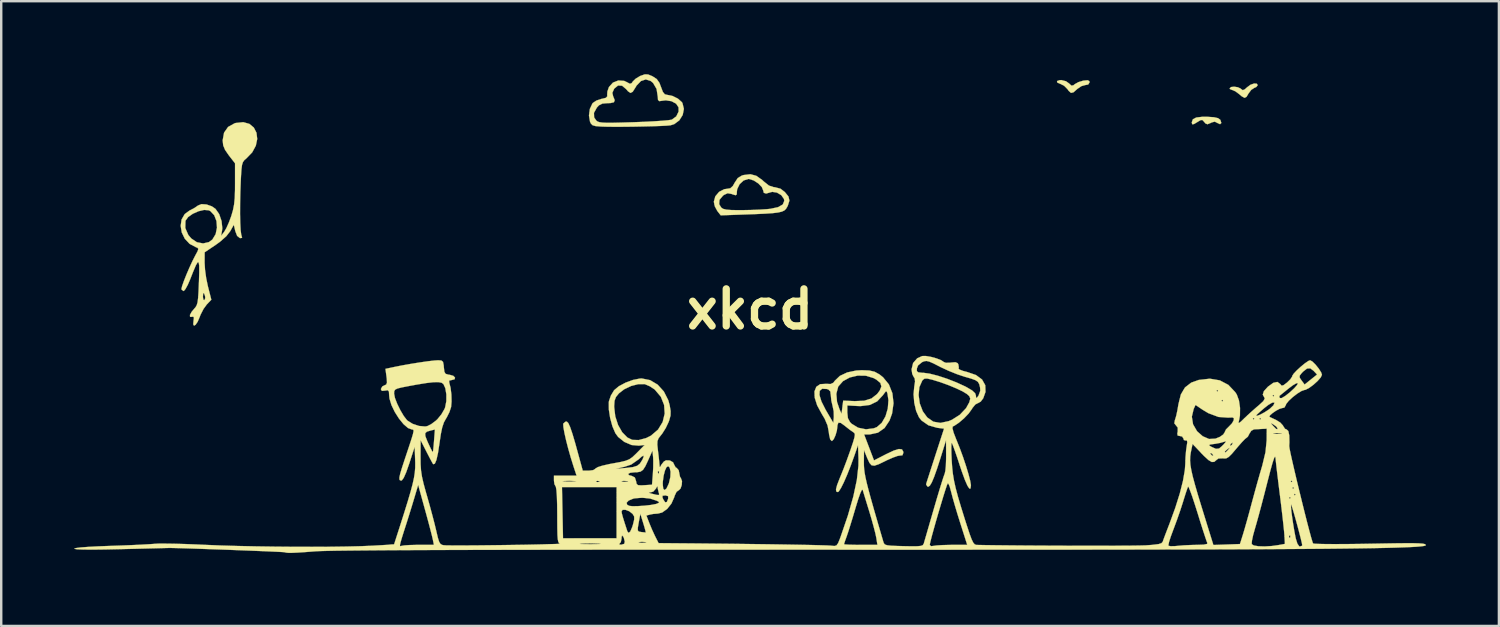
<source format=kicad_pcb>
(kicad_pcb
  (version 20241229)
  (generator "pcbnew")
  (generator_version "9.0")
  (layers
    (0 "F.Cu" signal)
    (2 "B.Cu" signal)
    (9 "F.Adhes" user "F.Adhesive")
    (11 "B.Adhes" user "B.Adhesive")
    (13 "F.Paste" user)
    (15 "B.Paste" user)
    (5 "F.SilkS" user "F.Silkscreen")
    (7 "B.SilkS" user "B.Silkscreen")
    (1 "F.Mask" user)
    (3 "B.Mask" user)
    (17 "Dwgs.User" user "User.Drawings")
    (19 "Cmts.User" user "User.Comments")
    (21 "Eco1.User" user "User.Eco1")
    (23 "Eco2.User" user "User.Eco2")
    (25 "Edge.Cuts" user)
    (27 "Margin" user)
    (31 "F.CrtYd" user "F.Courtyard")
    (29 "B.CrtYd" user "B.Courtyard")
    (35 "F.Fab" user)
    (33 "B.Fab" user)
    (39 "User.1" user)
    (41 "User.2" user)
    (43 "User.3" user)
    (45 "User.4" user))
  (footprint "xkcd"
    (layer "F.Cu")
    (at 27.776 9.656)
    (property "Reference" "xkcd" (at 0 0 0) (layer "F.SilkS") (effects (font (size 1.524 1.524) (thickness 0.3))))
    (attr through_hole)
    (fp_poly (pts (xy 18.793 -7.906) (xy 19.066 -7.888) (xy 19.232 -7.85) (xy 19.32 -7.787) (xy 19.328 -7.776) (xy 19.368 -7.652) (xy 19.315 -7.602) (xy 19.202 -7.654) (xy 19.097 -7.707) (xy 18.971 -7.674) (xy 18.928 -7.652) (xy 18.797 -7.599) (xy 18.713 -7.634) (xy 18.668 -7.689) (xy 18.594 -7.771) (xy 18.516 -7.77) (xy 18.4 -7.701) (xy 18.247 -7.609) (xy 18.173 -7.597) (xy 18.153 -7.664) (xy 18.153 -7.679) (xy 18.196 -7.802) (xy 18.335 -7.876) (xy 18.584 -7.906) (xy 18.793 -7.906)) (stroke (width 0.01) (type solid)) (fill yes) (layer "F.SilkS"))
    (fp_poly (pts (xy 20.827 -9.266) (xy 20.862 -9.205) (xy 20.805 -9.131) (xy 20.724 -9.095) (xy 20.596 -9.012) (xy 20.485 -8.864) (xy 20.401 -8.724) (xy 20.322 -8.685) (xy 20.21 -8.745) (xy 20.096 -8.841) (xy 19.946 -8.952) (xy 19.823 -9.007) (xy 19.808 -9.009) (xy 19.721 -9.046) (xy 19.71 -9.076) (xy 19.766 -9.129) (xy 19.896 -9.143) (xy 20.047 -9.12) (xy 20.164 -9.064) (xy 20.179 -9.049) (xy 20.249 -8.999) (xy 20.335 -9.037) (xy 20.422 -9.116) (xy 20.567 -9.223) (xy 20.716 -9.275) (xy 20.827 -9.266)) (stroke (width 0.01) (type solid)) (fill yes) (layer "F.SilkS"))
    (fp_poly (pts (xy 12.982 -9.367) (xy 13.107 -9.279) (xy 13.206 -9.188) (xy 13.285 -9.199) (xy 13.346 -9.248) (xy 13.491 -9.33) (xy 13.689 -9.39) (xy 13.708 -9.393) (xy 13.873 -9.408) (xy 13.943 -9.374) (xy 13.953 -9.322) (xy 13.896 -9.232) (xy 13.781 -9.212) (xy 13.615 -9.165) (xy 13.448 -9.051) (xy 13.439 -9.042) (xy 13.291 -8.912) (xy 13.189 -8.888) (xy 13.095 -8.97) (xy 13.046 -9.041) (xy 12.907 -9.181) (xy 12.767 -9.252) (xy 12.626 -9.313) (xy 12.614 -9.374) (xy 12.728 -9.412) (xy 12.791 -9.415) (xy 12.982 -9.367)) (stroke (width 0.01) (type solid)) (fill yes) (layer "F.SilkS"))
    (fp_poly (pts (xy 0.256 -5.481) (xy 0.5 -5.308) (xy 0.56 -5.251) (xy 0.777 -5.079) (xy 0.976 -5.014) (xy 1.018 -5.012) (xy 1.252 -4.95) (xy 1.428 -4.814) (xy 1.578 -4.63) (xy 1.617 -4.462) (xy 1.553 -4.258) (xy 1.525 -4.202) (xy 1.475 -4.12) (xy 1.408 -4.056) (xy 1.306 -4.009) (xy 1.153 -3.973) (xy 0.929 -3.946) (xy 0.617 -3.925) (xy 0.199 -3.906) (xy -0.146 -3.894) (xy -1.206 -3.856) (xy -1.348 -4.037) (xy -1.449 -4.224) (xy -1.469 -4.315) (xy -1.271 -4.315) (xy -1.18 -4.17) (xy -1.104 -4.122) (xy -0.974 -4.091) (xy -0.767 -4.074) (xy -0.457 -4.069) (xy -0.317 -4.07) (xy 0.039 -4.077) (xy 0.391 -4.091) (xy 0.689 -4.11) (xy 0.831 -4.124) (xy 1.151 -4.192) (xy 1.342 -4.301) (xy 1.405 -4.45) (xy 1.391 -4.531) (xy 1.283 -4.685) (xy 1.105 -4.791) (xy 0.914 -4.821) (xy 0.847 -4.805) (xy 0.659 -4.751) (xy 0.563 -4.783) (xy 0.542 -4.871) (xy 0.484 -5.016) (xy 0.34 -5.166) (xy 0.152 -5.289) (xy -0.037 -5.349) (xy -0.068 -5.351) (xy -0.263 -5.29) (xy -0.429 -5.137) (xy -0.529 -4.934) (xy -0.542 -4.834) (xy -0.548 -4.715) (xy -0.593 -4.682) (xy -0.715 -4.717) (xy -0.77 -4.738) (xy -0.924 -4.764) (xy -1.073 -4.695) (xy -1.113 -4.665) (xy -1.257 -4.493) (xy -1.271 -4.315) (xy -1.469 -4.315) (xy -1.49 -4.415) (xy -1.429 -4.637) (xy -1.273 -4.822) (xy -1.061 -4.931) (xy -0.957 -4.945) (xy -0.812 -4.969) (xy -0.708 -5.064) (xy -0.632 -5.199) (xy -0.506 -5.39) (xy -0.338 -5.491) (xy -0.263 -5.513) (xy 0.015 -5.546) (xy 0.256 -5.481)) (stroke (width 0.01) (type solid)) (fill yes) (layer "F.SilkS"))
    (fp_poly (pts (xy -4.191 -9.646) (xy -4.018 -9.575) (xy -4.009 -9.57) (xy -3.836 -9.458) (xy -3.725 -9.301) (xy -3.659 -9.127) (xy -3.583 -8.928) (xy -3.504 -8.831) (xy -3.4 -8.806) (xy -3.184 -8.761) (xy -2.965 -8.652) (xy -2.804 -8.509) (xy -2.779 -8.47) (xy -2.72 -8.23) (xy -2.769 -7.981) (xy -2.907 -7.761) (xy -3.116 -7.605) (xy -3.272 -7.556) (xy -3.425 -7.542) (xy -3.685 -7.529) (xy -4.024 -7.517) (xy -4.414 -7.508) (xy -4.826 -7.5) (xy -5.233 -7.496) (xy -5.607 -7.495) (xy -5.918 -7.499) (xy -6.116 -7.505) (xy -6.342 -7.523) (xy -6.471 -7.558) (xy -6.542 -7.628) (xy -6.579 -7.708) (xy -6.621 -7.96) (xy -6.606 -8.069) (xy -6.416 -8.069) (xy -6.409 -7.88) (xy -6.32 -7.752) (xy -6.27 -7.714) (xy -6.197 -7.686) (xy -6.082 -7.669) (xy -5.906 -7.66) (xy -5.652 -7.66) (xy -5.3 -7.668) (xy -4.833 -7.682) (xy -4.789 -7.683) (xy -4.356 -7.7) (xy -3.96 -7.72) (xy -3.626 -7.742) (xy -3.375 -7.764) (xy -3.231 -7.785) (xy -3.215 -7.79) (xy -3.034 -7.922) (xy -2.937 -8.121) (xy -2.94 -8.295) (xy -3.04 -8.445) (xy -3.229 -8.547) (xy -3.461 -8.583) (xy -3.585 -8.569) (xy -3.729 -8.549) (xy -3.784 -8.597) (xy -3.793 -8.728) (xy -3.843 -9.052) (xy -3.987 -9.297) (xy -4.087 -9.38) (xy -4.286 -9.442) (xy -4.484 -9.376) (xy -4.663 -9.191) (xy -4.716 -9.102) (xy -4.824 -8.933) (xy -4.916 -8.886) (xy -5.021 -8.958) (xy -5.092 -9.042) (xy -5.259 -9.183) (xy -5.425 -9.192) (xy -5.575 -9.071) (xy -5.591 -9.047) (xy -5.66 -8.89) (xy -5.628 -8.749) (xy -5.627 -8.747) (xy -5.563 -8.59) (xy -5.595 -8.504) (xy -5.738 -8.47) (xy -5.854 -8.467) (xy -6.069 -8.449) (xy -6.209 -8.379) (xy -6.294 -8.288) (xy -6.416 -8.069) (xy -6.606 -8.069) (xy -6.585 -8.229) (xy -6.481 -8.451) (xy -6.46 -8.476) (xy -6.316 -8.573) (xy -6.117 -8.64) (xy -6.093 -8.644) (xy -5.927 -8.685) (xy -5.868 -8.749) (xy -5.873 -8.805) (xy -5.865 -8.945) (xy -5.803 -9.122) (xy -5.797 -9.133) (xy -5.636 -9.311) (xy -5.413 -9.399) (xy -5.174 -9.382) (xy -5.058 -9.327) (xy -4.938 -9.263) (xy -4.866 -9.29) (xy -4.818 -9.359) (xy -4.7 -9.474) (xy -4.522 -9.581) (xy -4.495 -9.592) (xy -4.325 -9.651) (xy -4.191 -9.646)) (stroke (width 0.01) (type solid)) (fill yes) (layer "F.SilkS"))
    (fp_poly (pts (xy -20.577 -7.615) (xy -20.394 -7.463) (xy -20.285 -7.249) (xy -20.255 -6.994) (xy -20.312 -6.719) (xy -20.461 -6.444) (xy -20.702 -6.195) (xy -20.787 -6.121) (xy -20.843 -6.041) (xy -20.88 -5.925) (xy -20.903 -5.744) (xy -20.921 -5.47) (xy -20.929 -5.308) (xy -20.948 -4.819) (xy -20.958 -4.348) (xy -20.96 -3.915) (xy -20.952 -3.544) (xy -20.937 -3.254) (xy -20.913 -3.068) (xy -20.9 -3.024) (xy -20.877 -2.931) (xy -20.953 -2.92) (xy -20.968 -2.923) (xy -21.081 -3.012) (xy -21.156 -3.208) (xy -21.217 -3.468) (xy -21.363 -3.207) (xy -21.527 -2.997) (xy -21.788 -2.767) (xy -21.962 -2.642) (xy -22.415 -2.337) (xy -22.417 -1.908) (xy -22.4 -1.624) (xy -22.353 -1.282) (xy -22.285 -0.953) (xy -22.28 -0.933) (xy -22.141 -0.388) (xy -22.326 -0.195) (xy -22.462 -0.009) (xy -22.584 0.229) (xy -22.617 0.316) (xy -22.701 0.514) (xy -22.785 0.639) (xy -22.852 0.679) (xy -22.885 0.623) (xy -22.873 0.486) (xy -22.856 0.345) (xy -22.892 0.305) (xy -22.93 0.315) (xy -23.015 0.316) (xy -23.02 0.238) (xy -22.95 0.109) (xy -22.857 -0.003) (xy -22.789 -0.082) (xy -22.74 -0.168) (xy -22.706 -0.287) (xy -22.684 -0.463) (xy -22.681 -0.504) (xy -22.487 -0.504) (xy -22.487 -0.504) (xy -22.468 -0.389) (xy -22.426 -0.369) (xy -22.391 -0.456) (xy -22.4 -0.542) (xy -22.444 -0.661) (xy -22.476 -0.648) (xy -22.487 -0.504) (xy -22.681 -0.504) (xy -22.667 -0.722) (xy -22.652 -1.09) (xy -22.65 -1.124) (xy -22.638 -1.523) (xy -22.64 -1.788) (xy -22.66 -1.921) (xy -22.705 -1.924) (xy -22.778 -1.798) (xy -22.886 -1.545) (xy -23.007 -1.236) (xy -23.107 -1.004) (xy -23.201 -0.831) (xy -23.271 -0.748) (xy -23.282 -0.745) (xy -23.36 -0.799) (xy -23.368 -0.837) (xy -23.341 -0.953) (xy -23.269 -1.158) (xy -23.166 -1.417) (xy -23.046 -1.697) (xy -22.923 -1.965) (xy -22.811 -2.186) (xy -22.797 -2.212) (xy -22.704 -2.385) (xy -22.676 -2.477) (xy -22.708 -2.521) (xy -22.765 -2.542) (xy -23.032 -2.683) (xy -23.231 -2.895) (xy -23.356 -3.152) (xy -23.386 -3.333) (xy -23.211 -3.333) (xy -23.087 -3.05) (xy -22.963 -2.904) (xy -22.734 -2.751) (xy -22.48 -2.702) (xy -22.239 -2.757) (xy -22.098 -2.862) (xy -21.963 -3.085) (xy -21.909 -3.352) (xy -21.93 -3.623) (xy -22.022 -3.861) (xy -22.179 -4.029) (xy -22.248 -4.063) (xy -22.436 -4.079) (xy -22.67 -4.024) (xy -22.905 -3.919) (xy -23.096 -3.784) (xy -23.2 -3.639) (xy -23.204 -3.629) (xy -23.211 -3.333) (xy -23.386 -3.333) (xy -23.401 -3.425) (xy -23.363 -3.687) (xy -23.235 -3.908) (xy -23.04 -4.051) (xy -22.854 -4.148) (xy -22.713 -4.242) (xy -22.696 -4.257) (xy -22.545 -4.317) (xy -22.337 -4.303) (xy -22.119 -4.226) (xy -21.969 -4.122) (xy -21.818 -3.907) (xy -21.72 -3.621) (xy -21.69 -3.327) (xy -21.702 -3.222) (xy -21.741 -3.014) (xy -21.61 -3.183) (xy -21.523 -3.333) (xy -21.42 -3.563) (xy -21.323 -3.824) (xy -21.322 -3.827) (xy -21.252 -4.067) (xy -21.206 -4.3) (xy -21.179 -4.565) (xy -21.168 -4.902) (xy -21.167 -5.148) (xy -21.167 -5.994) (xy -21.421 -6.321) (xy -21.576 -6.545) (xy -21.653 -6.731) (xy -21.675 -6.935) (xy -21.675 -6.939) (xy -21.618 -7.253) (xy -21.453 -7.489) (xy -21.186 -7.638) (xy -21.139 -7.652) (xy -20.828 -7.685) (xy -20.577 -7.615)) (stroke (width 0.01) (type solid)) (fill yes) (layer "F.SilkS"))
    (fp_poly (pts (xy 7.434 1.96) (xy 7.659 2.022) (xy 7.85 2.096) (xy 7.958 2.168) (xy 7.962 2.173) (xy 8.047 2.203) (xy 8.211 2.201) (xy 8.258 2.194) (xy 8.438 2.18) (xy 8.53 2.218) (xy 8.559 2.268) (xy 8.579 2.394) (xy 8.568 2.439) (xy 8.608 2.482) (xy 8.75 2.537) (xy 8.923 2.582) (xy 9.285 2.707) (xy 9.534 2.891) (xy 9.666 3.126) (xy 9.675 3.402) (xy 9.583 3.661) (xy 9.479 3.799) (xy 9.369 3.861) (xy 9.362 3.861) (xy 9.258 3.917) (xy 9.142 4.058) (xy 9.11 4.112) (xy 8.982 4.289) (xy 8.792 4.487) (xy 8.58 4.668) (xy 8.391 4.794) (xy 8.331 4.82) (xy 8.317 4.893) (xy 8.365 5.075) (xy 8.473 5.353) (xy 8.489 5.391) (xy 8.621 5.72) (xy 8.753 6.081) (xy 8.874 6.443) (xy 8.974 6.774) (xy 9.045 7.046) (xy 9.076 7.228) (xy 9.076 7.246) (xy 9.059 7.372) (xy 9.011 7.373) (xy 8.933 7.254) (xy 8.83 7.021) (xy 8.705 6.679) (xy 8.624 6.437) (xy 8.516 6.107) (xy 8.419 5.826) (xy 8.343 5.617) (xy 8.296 5.504) (xy 8.289 5.492) (xy 8.275 5.539) (xy 8.27 5.695) (xy 8.274 5.936) (xy 8.285 6.198) (xy 8.305 6.494) (xy 8.335 6.77) (xy 8.382 7.05) (xy 8.45 7.357) (xy 8.545 7.713) (xy 8.673 8.143) (xy 8.837 8.669) (xy 8.908 8.89) (xy 9.02 9.229) (xy 9.105 9.458) (xy 9.173 9.597) (xy 9.235 9.667) (xy 9.3 9.689) (xy 9.306 9.689) (xy 9.665 9.696) (xy 10.113 9.702) (xy 10.633 9.707) (xy 11.209 9.712) (xy 11.822 9.716) (xy 12.457 9.719) (xy 13.096 9.721) (xy 13.722 9.722) (xy 14.318 9.722) (xy 14.866 9.721) (xy 15.351 9.72) (xy 15.754 9.717) (xy 16.058 9.712) (xy 16.248 9.707) (xy 16.267 9.706) (xy 16.421 9.695) (xy 17.192 9.695) (xy 17.195 9.723) (xy 17.282 9.741) (xy 17.456 9.738) (xy 17.577 9.727) (xy 17.833 9.705) (xy 18.146 9.691) (xy 18.377 9.686) (xy 18.643 9.677) (xy 18.778 9.649) (xy 18.793 9.613) (xy 18.759 9.527) (xy 18.694 9.334) (xy 18.603 9.056) (xy 18.495 8.715) (xy 18.393 8.384) (xy 18.277 8.018) (xy 18.174 7.706) (xy 18.088 7.468) (xy 18.028 7.323) (xy 18.001 7.288) (xy 17.967 7.377) (xy 17.904 7.562) (xy 17.826 7.81) (xy 17.791 7.925) (xy 17.678 8.275) (xy 17.539 8.673) (xy 17.403 9.04) (xy 17.384 9.09) (xy 17.288 9.35) (xy 17.22 9.562) (xy 17.192 9.695) (xy 16.421 9.695) (xy 16.585 9.683) (xy 16.79 9.655) (xy 16.905 9.617) (xy 16.955 9.564) (xy 16.957 9.558) (xy 16.995 9.451) (xy 17.07 9.25) (xy 17.17 8.989) (xy 17.241 8.805) (xy 17.473 8.168) (xy 17.659 7.577) (xy 17.792 7.05) (xy 17.868 6.609) (xy 17.885 6.367) (xy 17.89 6.217) (xy 18.083 6.217) (xy 18.097 6.398) (xy 18.133 6.614) (xy 18.193 6.88) (xy 18.283 7.213) (xy 18.403 7.627) (xy 18.559 8.138) (xy 18.752 8.762) (xy 18.771 8.825) (xy 19.041 9.691) (xy 19.587 9.672) (xy 20.132 9.652) (xy 20.136 9.64) (xy 20.614 9.64) (xy 20.618 9.658) (xy 20.704 9.712) (xy 20.892 9.743) (xy 21.15 9.751) (xy 21.444 9.733) (xy 21.709 9.696) (xy 21.979 9.647) (xy 21.963 9.347) (xy 22.149 9.347) (xy 22.174 9.403) (xy 22.194 9.392) (xy 22.202 9.312) (xy 22.194 9.302) (xy 22.154 9.311) (xy 22.149 9.347) (xy 21.963 9.347) (xy 21.961 9.311) (xy 21.947 9.137) (xy 21.918 8.858) (xy 21.878 8.499) (xy 21.831 8.099) (xy 22.228 8.099) (xy 22.243 8.276) (xy 22.274 8.522) (xy 22.315 8.803) (xy 22.362 9.088) (xy 22.41 9.344) (xy 22.429 9.432) (xy 22.494 9.639) (xy 22.569 9.745) (xy 22.596 9.754) (xy 22.682 9.724) (xy 22.692 9.703) (xy 22.676 9.61) (xy 22.632 9.426) (xy 22.569 9.18) (xy 22.495 8.901) (xy 22.417 8.618) (xy 22.344 8.361) (xy 22.283 8.159) (xy 22.242 8.041) (xy 22.231 8.023) (xy 22.228 8.099) (xy 21.831 8.099) (xy 21.83 8.089) (xy 21.789 7.755) (xy 22.149 7.755) (xy 22.183 7.789) (xy 22.217 7.755) (xy 22.183 7.722) (xy 22.149 7.755) (xy 21.789 7.755) (xy 21.777 7.656) (xy 21.776 7.654) (xy 21.772 7.62) (xy 22.352 7.62) (xy 22.386 7.654) (xy 22.42 7.62) (xy 22.386 7.586) (xy 22.352 7.62) (xy 21.772 7.62) (xy 21.738 7.349) (xy 22.284 7.349) (xy 22.318 7.383) (xy 22.352 7.349) (xy 22.318 7.315) (xy 22.284 7.349) (xy 21.738 7.349) (xy 21.723 7.229) (xy 21.705 7.078) (xy 22.217 7.078) (xy 22.25 7.112) (xy 22.284 7.078) (xy 22.25 7.044) (xy 22.217 7.078) (xy 21.705 7.078) (xy 21.675 6.836) (xy 21.635 6.5) (xy 21.607 6.246) (xy 21.592 6.1) (xy 21.591 6.096) (xy 21.574 6.055) (xy 21.535 6.124) (xy 21.473 6.31) (xy 21.387 6.617) (xy 21.274 7.05) (xy 21.241 7.18) (xy 21.127 7.626) (xy 21.012 8.067) (xy 20.904 8.47) (xy 20.811 8.804) (xy 20.745 9.032) (xy 20.673 9.29) (xy 20.627 9.505) (xy 20.614 9.64) (xy 20.136 9.64) (xy 20.26 9.246) (xy 20.326 9.024) (xy 20.415 8.711) (xy 20.516 8.346) (xy 20.617 7.969) (xy 20.629 7.925) (xy 20.737 7.527) (xy 20.851 7.115) (xy 20.959 6.736) (xy 21.046 6.44) (xy 21.048 6.435) (xy 21.181 5.88) (xy 21.23 5.385) (xy 21.232 5.117) (xy 21.49 5.117) (xy 21.575 5.127) (xy 21.675 5.129) (xy 21.821 5.124) (xy 21.861 5.11) (xy 21.827 5.1) (xy 21.63 5.089) (xy 21.522 5.1) (xy 21.49 5.117) (xy 21.232 5.117) (xy 21.234 4.911) (xy 21.031 4.922) (xy 20.841 4.933) (xy 20.708 4.939) (xy 20.596 5) (xy 20.523 5.114) (xy 20.458 5.239) (xy 20.406 5.284) (xy 20.342 5.333) (xy 20.216 5.463) (xy 20.052 5.65) (xy 19.987 5.727) (xy 19.801 5.945) (xy 19.671 6.073) (xy 19.571 6.131) (xy 19.476 6.136) (xy 19.439 6.13) (xy 19.249 6.137) (xy 19.171 6.195) (xy 19.077 6.275) (xy 18.974 6.281) (xy 18.839 6.202) (xy 18.652 6.03) (xy 18.546 5.919) (xy 18.54 5.912) (xy 18.909 5.912) (xy 18.925 5.95) (xy 18.993 6.023) (xy 19.032 6.008) (xy 19.033 5.998) (xy 18.985 5.941) (xy 18.955 5.92) (xy 18.909 5.912) (xy 18.54 5.912) (xy 18.497 5.867) (xy 19.507 5.867) (xy 19.54 5.888) (xy 19.63 5.8) (xy 19.651 5.774) (xy 19.71 5.694) (xy 19.675 5.711) (xy 19.626 5.749) (xy 19.532 5.832) (xy 19.507 5.867) (xy 18.497 5.867) (xy 18.232 5.587) (xy 18.86 5.587) (xy 18.919 5.633) (xy 18.97 5.662) (xy 19.146 5.74) (xy 19.274 5.727) (xy 19.406 5.617) (xy 19.727 5.617) (xy 19.736 5.622) (xy 19.798 5.574) (xy 19.812 5.554) (xy 19.829 5.491) (xy 19.82 5.486) (xy 19.758 5.534) (xy 19.744 5.554) (xy 19.727 5.617) (xy 19.406 5.617) (xy 19.41 5.614) (xy 19.445 5.577) (xy 19.543 5.463) (xy 19.551 5.428) (xy 19.473 5.453) (xy 19.317 5.497) (xy 19.107 5.535) (xy 19.072 5.539) (xy 18.906 5.562) (xy 18.86 5.587) (xy 18.232 5.587) (xy 18.186 5.538) (xy 18.144 5.733) (xy 18.11 5.9) (xy 18.089 6.056) (xy 18.083 6.217) (xy 17.89 6.217) (xy 17.895 6.082) (xy 17.919 5.803) (xy 17.942 5.645) (xy 17.968 5.468) (xy 17.953 5.396) (xy 17.905 5.398) (xy 17.827 5.378) (xy 17.814 5.324) (xy 17.757 5.234) (xy 17.671 5.215) (xy 17.572 5.194) (xy 17.558 5.105) (xy 17.573 5.039) (xy 17.575 4.867) (xy 17.507 4.782) (xy 17.435 4.691) (xy 17.458 4.559) (xy 17.467 4.535) (xy 17.502 4.419) (xy 18.155 4.419) (xy 18.205 4.732) (xy 18.37 5.017) (xy 18.602 5.222) (xy 18.862 5.335) (xy 19.126 5.321) (xy 19.307 5.248) (xy 19.444 5.151) (xy 19.507 5.056) (xy 19.507 5.05) (xy 19.557 4.945) (xy 19.67 4.832) (xy 19.794 4.704) (xy 21.416 4.704) (xy 21.499 4.799) (xy 21.613 4.917) (xy 21.665 4.936) (xy 21.675 4.893) (xy 21.623 4.823) (xy 21.522 4.748) (xy 21.419 4.687) (xy 21.416 4.704) (xy 19.794 4.704) (xy 19.802 4.696) (xy 19.873 4.57) (xy 19.885 4.483) (xy 19.83 4.45) (xy 19.676 4.456) (xy 19.647 4.458) (xy 19.251 4.43) (xy 18.835 4.275) (xy 18.585 4.125) (xy 18.307 3.935) (xy 18.23 4.104) (xy 18.155 4.419) (xy 17.502 4.419) (xy 17.513 4.383) (xy 17.563 4.149) (xy 17.605 3.901) (xy 17.64 3.759) (xy 19.372 3.759) (xy 19.406 3.793) (xy 19.439 3.759) (xy 19.406 3.725) (xy 19.372 3.759) (xy 17.64 3.759) (xy 17.703 3.506) (xy 17.793 3.353) (xy 19.169 3.353) (xy 19.202 3.387) (xy 19.236 3.353) (xy 19.202 3.319) (xy 19.169 3.353) (xy 17.793 3.353) (xy 17.874 3.217) (xy 18.13 3.019) (xy 18.438 2.909) (xy 18.895 2.857) (xy 19.304 2.926) (xy 19.657 3.112) (xy 19.94 3.411) (xy 20.003 3.509) (xy 20.091 3.75) (xy 20.136 4.058) (xy 20.132 4.373) (xy 20.098 4.557) (xy 20.075 4.654) (xy 20.092 4.679) (xy 20.168 4.623) (xy 20.292 4.504) (xy 20.659 4.504) (xy 20.693 4.538) (xy 20.726 4.504) (xy 20.93 4.504) (xy 20.963 4.538) (xy 20.997 4.504) (xy 20.963 4.47) (xy 20.93 4.504) (xy 20.726 4.504) (xy 20.693 4.47) (xy 20.659 4.504) (xy 20.292 4.504) (xy 20.319 4.479) (xy 20.335 4.463) (xy 20.431 4.373) (xy 20.794 4.373) (xy 20.844 4.381) (xy 20.971 4.331) (xy 21.137 4.242) (xy 21.308 4.131) (xy 21.371 4.083) (xy 21.509 3.95) (xy 21.551 3.854) (xy 21.541 3.836) (xy 21.457 3.842) (xy 21.3 3.934) (xy 21.137 4.061) (xy 20.963 4.21) (xy 20.839 4.323) (xy 20.794 4.373) (xy 20.431 4.373) (xy 20.56 4.253) (xy 20.804 4.037) (xy 20.916 3.943) (xy 21.09 3.782) (xy 21.151 3.675) (xy 21.136 3.633) (xy 21.094 3.556) (xy 21.471 3.556) (xy 21.505 3.59) (xy 21.53 3.565) (xy 21.753 3.565) (xy 21.759 3.626) (xy 21.774 3.654) (xy 21.847 3.654) (xy 21.998 3.563) (xy 22.187 3.414) (xy 22.362 3.252) (xy 22.479 3.119) (xy 22.517 3.042) (xy 22.515 3.038) (xy 22.448 3.046) (xy 22.31 3.126) (xy 22.129 3.261) (xy 22.127 3.263) (xy 21.946 3.41) (xy 21.811 3.519) (xy 21.753 3.565) (xy 21.53 3.565) (xy 21.539 3.556) (xy 21.505 3.522) (xy 21.471 3.556) (xy 21.094 3.556) (xy 21.07 3.512) (xy 21.115 3.371) (xy 21.277 3.192) (xy 21.285 3.184) (xy 21.503 3.026) (xy 21.673 2.99) (xy 21.79 3.078) (xy 21.795 3.087) (xy 21.847 3.144) (xy 21.924 3.124) (xy 22.061 3.02) (xy 22.07 3.013) (xy 22.205 2.88) (xy 22.279 2.767) (xy 22.284 2.743) (xy 22.289 2.735) (xy 22.585 2.735) (xy 22.589 2.818) (xy 22.666 2.932) (xy 22.79 3.097) (xy 23.046 2.891) (xy 23.302 2.686) (xy 23.156 2.531) (xy 23.023 2.432) (xy 22.89 2.44) (xy 22.731 2.563) (xy 22.666 2.631) (xy 22.585 2.735) (xy 22.289 2.735) (xy 22.333 2.659) (xy 22.458 2.525) (xy 22.624 2.372) (xy 22.796 2.23) (xy 22.941 2.13) (xy 23.015 2.1) (xy 23.109 2.151) (xy 23.239 2.279) (xy 23.37 2.441) (xy 23.469 2.597) (xy 23.503 2.697) (xy 23.452 2.806) (xy 23.322 2.954) (xy 23.15 3.109) (xy 22.973 3.239) (xy 22.828 3.313) (xy 22.79 3.319) (xy 22.664 3.362) (xy 22.489 3.47) (xy 22.301 3.615) (xy 22.138 3.766) (xy 22.034 3.895) (xy 22.016 3.945) (xy 21.958 4.045) (xy 21.861 4.066) (xy 21.753 4.099) (xy 21.609 4.177) (xy 21.467 4.275) (xy 21.365 4.366) (xy 21.342 4.422) (xy 21.345 4.425) (xy 21.417 4.46) (xy 21.565 4.529) (xy 21.618 4.553) (xy 21.789 4.659) (xy 21.899 4.779) (xy 21.911 4.805) (xy 21.985 4.917) (xy 22.052 4.945) (xy 22.12 5.008) (xy 22.159 5.189) (xy 22.165 5.471) (xy 22.157 5.624) (xy 22.17 5.723) (xy 22.212 5.932) (xy 22.279 6.231) (xy 22.364 6.6) (xy 22.462 7.017) (xy 22.57 7.462) (xy 22.681 7.915) (xy 22.79 8.354) (xy 22.893 8.76) (xy 22.985 9.111) (xy 23.06 9.387) (xy 23.114 9.567) (xy 23.137 9.628) (xy 23.21 9.64) (xy 23.404 9.648) (xy 23.7 9.654) (xy 24.085 9.655) (xy 24.541 9.653) (xy 25.054 9.647) (xy 25.471 9.64) (xy 26.095 9.629) (xy 26.596 9.621) (xy 26.988 9.618) (xy 27.284 9.619) (xy 27.496 9.625) (xy 27.637 9.636) (xy 27.722 9.653) (xy 27.762 9.675) (xy 27.771 9.7) (xy 27.749 9.717) (xy 27.681 9.733) (xy 27.564 9.748) (xy 27.393 9.763) (xy 27.167 9.776) (xy 26.88 9.788) (xy 26.53 9.8) (xy 26.113 9.811) (xy 25.626 9.821) (xy 25.065 9.83) (xy 24.427 9.838) (xy 23.708 9.846) (xy 22.905 9.852) (xy 22.014 9.858) (xy 21.032 9.864) (xy 19.955 9.869) (xy 18.78 9.873) (xy 17.504 9.876) (xy 16.122 9.879) (xy 14.632 9.882) (xy 13.03 9.883) (xy 11.312 9.885) (xy 9.476 9.885) (xy 7.516 9.886) (xy 5.431 9.886) (xy 3.217 9.885) (xy 1.49 9.885) (xy -0.667 9.884) (xy -2.691 9.884) (xy -4.581 9.884) (xy -6.34 9.885) (xy -7.969 9.887) (xy -9.469 9.889) (xy -10.841 9.892) (xy -12.088 9.895) (xy -13.209 9.899) (xy -14.207 9.903) (xy -15.083 9.908) (xy -15.839 9.914) (xy -16.474 9.92) (xy -16.992 9.926) (xy -17.392 9.934) (xy -17.677 9.942) (xy -17.848 9.95) (xy -18.28 9.983) (xy -18.598 10.004) (xy -18.823 10.014) (xy -18.974 10.014) (xy -19.072 10.005) (xy -19.135 9.988) (xy -19.211 9.982) (xy -19.403 9.972) (xy -19.693 9.959) (xy -20.061 9.943) (xy -20.489 9.926) (xy -20.957 9.908) (xy -21.447 9.889) (xy -21.939 9.872) (xy -22.415 9.855) (xy -22.855 9.84) (xy -23.241 9.828) (xy -23.554 9.819) (xy -23.774 9.814) (xy -23.876 9.813) (xy -23.959 9.815) (xy -24.159 9.82) (xy -24.46 9.828) (xy -24.841 9.837) (xy -25.287 9.848) (xy -25.779 9.86) (xy -25.857 9.862) (xy -26.495 9.876) (xy -27.006 9.882) (xy -27.388 9.879) (xy -27.641 9.87) (xy -27.76 9.852) (xy -27.771 9.843) (xy -27.705 9.818) (xy -27.515 9.793) (xy -27.212 9.77) (xy -26.807 9.748) (xy -26.312 9.729) (xy -26.297 9.729) (xy -25.84 9.713) (xy -25.405 9.696) (xy -25.021 9.678) (xy -24.712 9.661) (xy -24.506 9.647) (xy -24.47 9.643) (xy -24.305 9.635) (xy -24.028 9.635) (xy -23.661 9.64) (xy -23.228 9.652) (xy -22.752 9.67) (xy -22.371 9.687) (xy -21.755 9.712) (xy -21.061 9.732) (xy -20.313 9.748) (xy -19.535 9.759) (xy -18.749 9.766) (xy -17.979 9.767) (xy -17.249 9.764) (xy -16.581 9.755) (xy -15.999 9.741) (xy -15.526 9.721) (xy -15.482 9.719) (xy -14.898 9.685) (xy -14.388 9.685) (xy -14.386 9.733) (xy -14.363 9.741) (xy -14.323 9.728) (xy -14.319 9.727) (xy -14.206 9.708) (xy -13.996 9.694) (xy -13.725 9.687) (xy -13.603 9.686) (xy -12.994 9.686) (xy -13.038 9.466) (xy -13.071 9.324) (xy -13.133 9.081) (xy -13.216 8.765) (xy -13.313 8.407) (xy -13.361 8.234) (xy -13.64 7.222) (xy -13.8 7.76) (xy -13.899 8.088) (xy -14.007 8.437) (xy -14.099 8.732) (xy -14.101 8.738) (xy -14.225 9.123) (xy -14.311 9.398) (xy -14.364 9.579) (xy -14.388 9.685) (xy -14.898 9.685) (xy -14.632 9.67) (xy -14.4 8.95) (xy -14.213 8.362) (xy -14.065 7.885) (xy -13.952 7.5) (xy -13.869 7.189) (xy -13.813 6.934) (xy -13.779 6.716) (xy -13.763 6.517) (xy -13.761 6.32) (xy -13.764 6.224) (xy -13.784 5.656) (xy -14.009 6.35) (xy -14.131 6.699) (xy -14.233 6.93) (xy -14.311 7.037) (xy -14.331 7.044) (xy -14.385 7.035) (xy -14.412 6.996) (xy -14.411 6.908) (xy -14.377 6.755) (xy -14.306 6.519) (xy -14.196 6.182) (xy -14.122 5.961) (xy -13.995 5.579) (xy -13.907 5.308) (xy -13.853 5.127) (xy -13.848 5.099) (xy -13.351 5.099) (xy -13.345 5.216) (xy -13.27 5.413) (xy -13.229 5.505) (xy -13.136 5.703) (xy -13.067 5.837) (xy -13.037 5.877) (xy -13.025 5.806) (xy -13.007 5.636) (xy -12.988 5.404) (xy -12.988 5.402) (xy -12.953 4.946) (xy -13.131 4.988) (xy -13.281 5.033) (xy -13.351 5.099) (xy -13.848 5.099) (xy -13.831 5.019) (xy -13.835 4.965) (xy -13.862 4.947) (xy -13.896 4.945) (xy -14.057 4.885) (xy -14.242 4.726) (xy -14.429 4.496) (xy -14.601 4.226) (xy -14.738 3.942) (xy -14.819 3.676) (xy -14.834 3.538) (xy -14.837 3.473) (xy -14.63 3.473) (xy -14.595 3.648) (xy -14.502 3.889) (xy -14.374 4.15) (xy -14.234 4.388) (xy -14.103 4.558) (xy -14.086 4.575) (xy -13.87 4.711) (xy -13.607 4.799) (xy -13.356 4.822) (xy -13.267 4.807) (xy -13.105 4.726) (xy -12.917 4.585) (xy -12.848 4.521) (xy -12.685 4.321) (xy -12.558 4.1) (xy -12.532 4.033) (xy -12.483 3.78) (xy -12.482 3.5) (xy -12.525 3.246) (xy -12.605 3.074) (xy -12.681 3.022) (xy -12.813 2.998) (xy -13.016 3.002) (xy -13.307 3.036) (xy -13.702 3.1) (xy -14.038 3.162) (xy -14.32 3.217) (xy -14.494 3.261) (xy -14.587 3.308) (xy -14.624 3.37) (xy -14.63 3.462) (xy -14.63 3.473) (xy -14.837 3.473) (xy -14.843 3.383) (xy -14.891 3.331) (xy -15.003 3.347) (xy -15.132 3.358) (xy -15.172 3.291) (xy -15.172 3.28) (xy -15.115 3.177) (xy -15.036 3.135) (xy -14.955 3.098) (xy -14.923 3.017) (xy -14.932 2.854) (xy -14.942 2.776) (xy -14.985 2.453) (xy -14.63 2.377) (xy -14.305 2.312) (xy -13.942 2.248) (xy -13.575 2.189) (xy -13.241 2.141) (xy -12.974 2.11) (xy -12.822 2.1) (xy -12.686 2.11) (xy -12.62 2.164) (xy -12.592 2.301) (xy -12.585 2.388) (xy -12.564 2.57) (xy -12.513 2.657) (xy -12.401 2.69) (xy -12.344 2.697) (xy -12.195 2.74) (xy -12.125 2.813) (xy -12.144 2.882) (xy -12.267 2.913) (xy -12.267 2.913) (xy -12.369 2.937) (xy -12.361 3.028) (xy -12.36 3.031) (xy -12.308 3.234) (xy -12.275 3.51) (xy -12.268 3.795) (xy -12.287 4.02) (xy -12.356 4.23) (xy -12.469 4.455) (xy -12.498 4.499) (xy -12.584 4.656) (xy -12.652 4.859) (xy -12.71 5.138) (xy -12.763 5.498) (xy -12.826 5.911) (xy -12.89 6.196) (xy -12.955 6.35) (xy -13.019 6.372) (xy -13.03 6.362) (xy -13.071 6.292) (xy -13.157 6.132) (xy -13.27 5.914) (xy -13.298 5.859) (xy -13.54 5.385) (xy -13.543 6.069) (xy -13.54 6.372) (xy -13.523 6.629) (xy -13.485 6.88) (xy -13.42 7.166) (xy -13.321 7.528) (xy -13.282 7.661) (xy -13.171 8.052) (xy -13.062 8.456) (xy -12.966 8.825) (xy -12.897 9.112) (xy -12.895 9.122) (xy -12.831 9.394) (xy -12.778 9.561) (xy -12.721 9.651) (xy -12.647 9.69) (xy -12.592 9.701) (xy -12.485 9.707) (xy -12.271 9.71) (xy -11.969 9.711) (xy -11.594 9.71) (xy -11.166 9.707) (xy -10.702 9.702) (xy -10.219 9.696) (xy -9.736 9.689) (xy -9.27 9.682) (xy -8.838 9.673) (xy -8.623 9.668) (xy -5.38 9.668) (xy -5.3 9.681) (xy -5.174 9.645) (xy -5.156 9.588) (xy -4.592 9.588) (xy -4.51 9.599) (xy -4.437 9.601) (xy -4.297 9.596) (xy -4.261 9.58) (xy -4.283 9.572) (xy -4.446 9.559) (xy -4.554 9.57) (xy -4.592 9.588) (xy -5.156 9.588) (xy -5.149 9.567) (xy -5.186 9.405) (xy -5.215 9.347) (xy -5.263 9.3) (xy -5.281 9.371) (xy -5.282 9.426) (xy -5.311 9.572) (xy -5.368 9.641) (xy -5.38 9.668) (xy -8.623 9.668) (xy -8.46 9.665) (xy -8.151 9.656) (xy -7.93 9.648) (xy -7.9 9.646) (xy -7.008 9.646) (xy -6.966 9.654) (xy -6.813 9.659) (xy -6.57 9.661) (xy -6.32 9.659) (xy -6.171 9.653) (xy -6.133 9.645) (xy -6.215 9.636) (xy -6.512 9.626) (xy -6.83 9.631) (xy -6.926 9.636) (xy -7.008 9.646) (xy -7.9 9.646) (xy -7.815 9.64) (xy -7.806 9.635) (xy -7.85 9.614) (xy -7.881 9.561) (xy -7.903 9.456) (xy -7.916 9.281) (xy -7.922 9.017) (xy -7.925 8.643) (xy -7.925 8.466) (xy -7.929 8.036) (xy -7.94 7.689) (xy -7.958 7.439) (xy -7.979 7.315) (xy -7.73 7.315) (xy -7.688 9.414) (xy -6.587 9.415) (xy -5.486 9.415) (xy -5.486 8.304) (xy -5.283 8.304) (xy -5.271 8.39) (xy -5.23 8.545) (xy -5.154 8.79) (xy -5.043 9.131) (xy -4.99 9.195) (xy -4.922 9.134) (xy -4.904 9.093) (xy -4.614 9.093) (xy -4.57 9.14) (xy -4.474 9.159) (xy -4.473 9.159) (xy -4.339 9.174) (xy -4.287 9.177) (xy -4.298 9.116) (xy -4.34 8.962) (xy -4.392 8.789) (xy -4.51 8.406) (xy -4.577 8.772) (xy -4.613 8.981) (xy -4.614 9.093) (xy -4.904 9.093) (xy -4.845 8.956) (xy -4.809 8.84) (xy -4.762 8.642) (xy -4.764 8.521) (xy -4.819 8.427) (xy -4.838 8.405) (xy -4.968 8.304) (xy -5.115 8.247) (xy -5.235 8.245) (xy -5.283 8.304) (xy -5.486 8.304) (xy -5.486 7.954) (xy -5.074 7.954) (xy -5.052 8.039) (xy -4.961 8.084) (xy -4.82 8.098) (xy -4.593 8.093) (xy -4.329 8.075) (xy -4.076 8.046) (xy -3.883 8.01) (xy -3.834 7.996) (xy -3.737 7.952) (xy -3.762 7.912) (xy -3.829 7.875) (xy -4.103 7.784) (xy -4.433 7.748) (xy -4.749 7.775) (xy -4.801 7.787) (xy -4.987 7.864) (xy -5.074 7.954) (xy -5.486 7.954) (xy -5.486 7.734) (xy -3.603 7.734) (xy -3.568 7.817) (xy -3.487 7.938) (xy -3.421 7.924) (xy -3.367 7.79) (xy -3.368 7.686) (xy -3.467 7.654) (xy -3.488 7.654) (xy -3.595 7.667) (xy -3.603 7.734) (xy -5.486 7.734) (xy -5.486 7.537) (xy -4.163 7.537) (xy -4.127 7.559) (xy -4.03 7.586) (xy -3.839 7.632) (xy -3.75 7.637) (xy -3.735 7.599) (xy -3.752 7.547) (xy -3.792 7.381) (xy -3.797 7.327) (xy -3.814 7.275) (xy -3.857 7.352) (xy -3.863 7.366) (xy -3.977 7.496) (xy -4.079 7.526) (xy -4.163 7.537) (xy -5.486 7.537) (xy -5.486 7.315) (xy -7.73 7.315) (xy -7.979 7.315) (xy -7.981 7.302) (xy -7.993 7.281) (xy -8.041 7.19) (xy -8.053 7.096) (xy -6.338 7.096) (xy -6.271 7.107) (xy -6.183 7.094) (xy -6.183 7.085) (xy -5.287 7.085) (xy -5.194 7.096) (xy -5.148 7.096) (xy -5.025 7.089) (xy -5.01 7.072) (xy -5.029 7.065) (xy -5.201 7.055) (xy -5.266 7.065) (xy -5.287 7.085) (xy -6.183 7.085) (xy -6.182 7.071) (xy -6.273 7.055) (xy -6.312 7.066) (xy -6.338 7.096) (xy -8.053 7.096) (xy -8.056 7.076) (xy -7.719 7.076) (xy -7.646 7.085) (xy -7.47 7.09) (xy -7.417 7.09) (xy -7.225 7.086) (xy -7.138 7.078) (xy -7.17 7.066) (xy -7.198 7.063) (xy -7.437 7.052) (xy -7.665 7.062) (xy -7.672 7.063) (xy -7.719 7.076) (xy -8.056 7.076) (xy -8.06 7.04) (xy -8.06 6.841) (xy -7.13 6.841) (xy -7.154 6.77) (xy -5.008 6.77) (xy -4.979 6.821) (xy -4.86 6.853) (xy -4.735 6.917) (xy -4.686 7.065) (xy -4.663 7.179) (xy -4.605 7.232) (xy -4.472 7.241) (xy -4.347 7.234) (xy -4.03 7.214) (xy -4.029 7.202) (xy -3.589 7.202) (xy -3.568 7.38) (xy -3.512 7.434) (xy -3.434 7.367) (xy -3.347 7.183) (xy -3.333 7.143) (xy -3.277 6.9) (xy -3.268 6.678) (xy -3.305 6.514) (xy -3.365 6.453) (xy -3.433 6.493) (xy -3.499 6.635) (xy -3.553 6.843) (xy -3.585 7.083) (xy -3.589 7.202) (xy -4.029 7.202) (xy -3.996 6.779) (xy -3.992 6.706) (xy -3.793 6.706) (xy -3.768 6.761) (xy -3.748 6.751) (xy -3.74 6.67) (xy -3.748 6.66) (xy -3.788 6.67) (xy -3.793 6.706) (xy -3.992 6.706) (xy -3.981 6.499) (xy -3.979 6.23) (xy -3.986 6.078) (xy -4.012 5.813) (xy -4.188 6.208) (xy -4.304 6.456) (xy -4.399 6.603) (xy -4.503 6.677) (xy -4.645 6.702) (xy -4.758 6.705) (xy -4.93 6.725) (xy -5.008 6.77) (xy -7.154 6.77) (xy -7.259 6.452) (xy -7.369 6.099) (xy -7.472 5.737) (xy -7.561 5.391) (xy -7.629 5.088) (xy -7.671 4.854) (xy -7.68 4.717) (xy -7.676 4.702) (xy -7.587 4.623) (xy -7.531 4.62) (xy -7.471 4.679) (xy -7.395 4.844) (xy -7.3 5.123) (xy -7.182 5.523) (xy -7.15 5.639) (xy -6.876 6.638) (xy -6.628 6.638) (xy -6.449 6.615) (xy -6.359 6.56) (xy -5.52 6.56) (xy -5.08 6.523) (xy -4.811 6.49) (xy -4.64 6.436) (xy -4.532 6.351) (xy -4.525 6.342) (xy -4.424 6.184) (xy -4.376 6.07) (xy -4.382 6.017) (xy -4.458 6.061) (xy -4.579 6.171) (xy -4.886 6.386) (xy -5.168 6.48) (xy -5.52 6.56) (xy -6.359 6.56) (xy -6.35 6.555) (xy -6.347 6.548) (xy -6.265 6.494) (xy -6.069 6.431) (xy -5.779 6.365) (xy -5.637 6.339) (xy -5.328 6.282) (xy -5.115 6.231) (xy -4.964 6.17) (xy -4.837 6.082) (xy -4.699 5.952) (xy -4.648 5.901) (xy -4.333 5.581) (xy -4.569 5.609) (xy -4.868 5.583) (xy -5.168 5.455) (xy -5.422 5.252) (xy -5.536 5.097) (xy -5.658 4.813) (xy -5.751 4.472) (xy -5.804 4.128) (xy -5.806 3.983) (xy -5.585 3.983) (xy -5.585 4.023) (xy -5.54 4.405) (xy -5.425 4.759) (xy -5.255 5.058) (xy -5.044 5.273) (xy -4.843 5.371) (xy -4.576 5.379) (xy -4.271 5.297) (xy -4.076 5.2) (xy -3.783 4.95) (xy -3.593 4.639) (xy -3.509 4.292) (xy -3.533 3.937) (xy -3.667 3.6) (xy -3.914 3.308) (xy -3.924 3.299) (xy -4.116 3.171) (xy -4.313 3.087) (xy -4.333 3.082) (xy -4.588 3.08) (xy -4.886 3.156) (xy -5.173 3.292) (xy -5.391 3.461) (xy -5.512 3.61) (xy -5.57 3.764) (xy -5.585 3.983) (xy -5.806 3.983) (xy -5.807 3.835) (xy -5.799 3.776) (xy -5.72 3.549) (xy -5.592 3.337) (xy -5.582 3.325) (xy -5.392 3.167) (xy -5.117 3.02) (xy -4.812 2.908) (xy -4.527 2.851) (xy -4.451 2.848) (xy -4.108 2.917) (xy -3.798 3.102) (xy -3.543 3.383) (xy -3.362 3.74) (xy -3.306 3.941) (xy -3.265 4.186) (xy -3.269 4.371) (xy -3.323 4.568) (xy -3.349 4.639) (xy -3.463 4.88) (xy -3.605 5.107) (xy -3.656 5.172) (xy -3.758 5.301) (xy -3.806 5.418) (xy -3.812 5.572) (xy -3.789 5.791) (xy -3.758 6.042) (xy -3.735 6.261) (xy -3.726 6.367) (xy -3.715 6.485) (xy -3.688 6.474) (xy -3.645 6.39) (xy -3.543 6.262) (xy -3.456 6.212) (xy -3.298 6.217) (xy -3.165 6.293) (xy -3.116 6.397) (xy -3.061 6.498) (xy -3.014 6.527) (xy -2.934 6.618) (xy -2.913 6.724) (xy -2.882 6.88) (xy -2.838 6.956) (xy -2.797 7.068) (xy -2.808 7.225) (xy -2.857 7.371) (xy -2.933 7.448) (xy -2.949 7.451) (xy -3.024 7.511) (xy -3.097 7.663) (xy -3.119 7.734) (xy -3.233 7.991) (xy -3.408 8.21) (xy -3.613 8.356) (xy -3.783 8.4) (xy -3.984 8.416) (xy -4.112 8.441) (xy -4.261 8.481) (xy -4.139 8.796) (xy -4.035 9.047) (xy -3.921 9.295) (xy -3.888 9.362) (xy -3.759 9.615) (xy -3.15 9.62) (xy -2.314 9.627) (xy -1.494 9.635) (xy -0.7 9.643) (xy 0.056 9.653) (xy 0.762 9.662) (xy 1.407 9.672) (xy 1.979 9.682) (xy 2.466 9.691) (xy 2.856 9.701) (xy 3.139 9.709) (xy 3.302 9.717) (xy 3.328 9.72) (xy 3.465 9.733) (xy 3.551 9.708) (xy 3.585 9.661) (xy 3.861 9.661) (xy 3.924 9.671) (xy 4.094 9.68) (xy 4.342 9.685) (xy 4.547 9.686) (xy 5.233 9.686) (xy 5.188 9.398) (xy 5.15 9.217) (xy 5.08 8.946) (xy 4.991 8.623) (xy 4.904 8.331) (xy 4.807 8.015) (xy 4.722 7.737) (xy 4.659 7.529) (xy 4.627 7.422) (xy 4.595 7.426) (xy 4.533 7.554) (xy 4.447 7.798) (xy 4.339 8.149) (xy 4.334 8.167) (xy 4.229 8.522) (xy 4.126 8.857) (xy 4.038 9.138) (xy 3.974 9.327) (xy 3.97 9.339) (xy 3.905 9.519) (xy 3.866 9.638) (xy 3.861 9.661) (xy 3.585 9.661) (xy 3.617 9.617) (xy 3.691 9.434) (xy 3.717 9.364) (xy 4.018 8.486) (xy 4.242 7.703) (xy 4.388 7.017) (xy 4.453 6.435) (xy 4.456 6.175) (xy 4.437 5.588) (xy 4.283 6.028) (xy 4.134 6.439) (xy 3.987 6.81) (xy 3.851 7.121) (xy 3.734 7.354) (xy 3.645 7.49) (xy 3.607 7.518) (xy 3.542 7.492) (xy 3.531 7.4) (xy 3.576 7.228) (xy 3.681 6.956) (xy 3.719 6.865) (xy 3.833 6.583) (xy 3.966 6.233) (xy 4.094 5.877) (xy 4.135 5.76) (xy 4.233 5.467) (xy 4.288 5.276) (xy 4.306 5.16) (xy 4.289 5.095) (xy 4.24 5.054) (xy 4.232 5.049) (xy 4.103 4.96) (xy 3.935 4.828) (xy 3.894 4.794) (xy 3.727 4.674) (xy 3.629 4.665) (xy 3.591 4.767) (xy 3.589 4.803) (xy 3.567 4.989) (xy 3.511 5.183) (xy 3.439 5.341) (xy 3.368 5.417) (xy 3.358 5.419) (xy 3.292 5.352) (xy 3.247 5.154) (xy 3.237 5.063) (xy 3.185 4.782) (xy 3.066 4.503) (xy 2.947 4.304) (xy 2.756 3.952) (xy 2.657 3.64) (xy 2.652 3.532) (xy 2.852 3.532) (xy 2.933 3.793) (xy 3.105 4.134) (xy 3.133 4.182) (xy 3.421 4.671) (xy 3.442 4.429) (xy 3.436 4.196) (xy 3.391 3.98) (xy 3.338 3.754) (xy 3.319 3.547) (xy 3.31 3.475) (xy 3.545 3.475) (xy 3.574 3.814) (xy 3.675 4.111) (xy 3.759 4.297) (xy 3.793 4.028) (xy 3.802 3.956) (xy 3.996 3.956) (xy 3.996 4.25) (xy 4.02 4.478) (xy 4.107 4.64) (xy 4.171 4.707) (xy 4.441 4.872) (xy 4.762 4.937) (xy 5.083 4.897) (xy 5.212 4.845) (xy 5.411 4.672) (xy 5.565 4.406) (xy 5.66 4.083) (xy 5.686 3.741) (xy 5.647 3.473) (xy 5.616 3.382) (xy 5.575 3.382) (xy 5.496 3.484) (xy 5.462 3.533) (xy 5.223 3.789) (xy 4.922 3.936) (xy 4.541 3.984) (xy 4.42 3.98) (xy 3.996 3.956) (xy 3.802 3.956) (xy 3.827 3.759) (xy 4.301 3.779) (xy 4.691 3.763) (xy 4.989 3.67) (xy 5.219 3.489) (xy 5.326 3.349) (xy 5.397 3.177) (xy 5.354 3.031) (xy 5.189 2.894) (xy 5.074 2.831) (xy 4.76 2.735) (xy 4.422 2.73) (xy 4.097 2.807) (xy 3.821 2.957) (xy 3.63 3.172) (xy 3.621 3.188) (xy 3.545 3.475) (xy 3.31 3.475) (xy 3.298 3.382) (xy 3.218 3.301) (xy 3.153 3.28) (xy 2.963 3.27) (xy 2.862 3.356) (xy 2.852 3.532) (xy 2.652 3.532) (xy 2.646 3.382) (xy 2.721 3.191) (xy 2.881 3.082) (xy 3.124 3.068) (xy 3.125 3.068) (xy 3.307 3.076) (xy 3.419 3.025) (xy 3.49 2.934) (xy 3.69 2.742) (xy 3.991 2.6) (xy 4.363 2.521) (xy 4.593 2.508) (xy 4.897 2.52) (xy 5.12 2.572) (xy 5.317 2.681) (xy 5.465 2.799) (xy 5.705 3.092) (xy 5.849 3.456) (xy 5.895 3.864) (xy 5.836 4.287) (xy 5.731 4.577) (xy 5.527 4.884) (xy 5.255 5.075) (xy 4.922 5.147) (xy 4.89 5.148) (xy 4.687 5.148) (xy 4.89 5.682) (xy 5.093 6.215) (xy 5.597 5.956) (xy 5.905 5.811) (xy 6.117 5.747) (xy 6.243 5.762) (xy 6.296 5.856) (xy 6.299 5.905) (xy 6.261 6.007) (xy 6.181 6.013) (xy 6.068 6.03) (xy 5.873 6.099) (xy 5.631 6.205) (xy 5.555 6.243) (xy 5.288 6.372) (xy 5.11 6.432) (xy 4.993 6.416) (xy 4.906 6.317) (xy 4.819 6.13) (xy 4.797 6.077) (xy 4.681 5.791) (xy 4.677 6.289) (xy 4.679 6.428) (xy 4.688 6.57) (xy 4.708 6.727) (xy 4.743 6.915) (xy 4.795 7.146) (xy 4.869 7.435) (xy 4.967 7.795) (xy 5.093 8.242) (xy 5.251 8.788) (xy 5.444 9.448) (xy 5.474 9.55) (xy 5.5 9.623) (xy 5.544 9.672) (xy 5.631 9.702) (xy 5.784 9.72) (xy 6.029 9.731) (xy 6.312 9.739) (xy 6.653 9.745) (xy 6.881 9.742) (xy 7.022 9.728) (xy 7.097 9.699) (xy 7.104 9.689) (xy 7.383 9.689) (xy 7.437 9.74) (xy 7.535 9.729) (xy 7.67 9.71) (xy 7.899 9.696) (xy 8.183 9.688) (xy 8.306 9.687) (xy 8.924 9.686) (xy 8.633 8.773) (xy 8.518 8.405) (xy 8.411 8.047) (xy 8.323 7.737) (xy 8.264 7.511) (xy 8.257 7.484) (xy 8.204 7.291) (xy 8.153 7.176) (xy 8.122 7.161) (xy 8.089 7.238) (xy 8.027 7.422) (xy 7.944 7.686) (xy 7.848 8.005) (xy 7.744 8.354) (xy 7.641 8.709) (xy 7.547 9.043) (xy 7.467 9.333) (xy 7.411 9.552) (xy 7.384 9.677) (xy 7.383 9.689) (xy 7.104 9.689) (xy 7.132 9.652) (xy 7.137 9.637) (xy 7.166 9.537) (xy 7.227 9.329) (xy 7.312 9.034) (xy 7.416 8.675) (xy 7.533 8.272) (xy 7.555 8.197) (xy 7.674 7.789) (xy 7.784 7.421) (xy 7.879 7.114) (xy 7.951 6.89) (xy 7.994 6.771) (xy 7.998 6.762) (xy 8.025 6.646) (xy 8.046 6.432) (xy 8.056 6.157) (xy 8.057 6.016) (xy 8.054 5.385) (xy 7.832 6.096) (xy 7.684 6.555) (xy 7.564 6.893) (xy 7.467 7.122) (xy 7.388 7.254) (xy 7.321 7.299) (xy 7.299 7.296) (xy 7.237 7.215) (xy 7.24 7.171) (xy 7.269 7.078) (xy 7.333 6.88) (xy 7.423 6.6) (xy 7.533 6.261) (xy 7.619 5.994) (xy 7.971 4.911) (xy 7.688 4.875) (xy 7.331 4.773) (xy 7.048 4.576) (xy 6.942 4.445) (xy 6.825 4.183) (xy 6.747 3.847) (xy 6.722 3.529) (xy 6.926 3.529) (xy 6.974 3.873) (xy 7.098 4.197) (xy 7.281 4.449) (xy 7.533 4.624) (xy 7.823 4.674) (xy 8.161 4.602) (xy 8.297 4.545) (xy 8.619 4.341) (xy 8.876 4.069) (xy 9.009 3.828) (xy 9.05 3.676) (xy 9.009 3.574) (xy 8.912 3.487) (xy 8.741 3.382) (xy 8.477 3.256) (xy 8.157 3.123) (xy 7.817 3) (xy 7.495 2.901) (xy 7.48 2.897) (xy 7.285 2.852) (xy 7.174 2.853) (xy 7.102 2.905) (xy 7.075 2.94) (xy 6.957 3.205) (xy 6.926 3.529) (xy 6.722 3.529) (xy 6.719 3.492) (xy 6.746 3.196) (xy 6.779 2.975) (xy 6.765 2.844) (xy 6.725 2.786) (xy 6.665 2.666) (xy 6.647 2.545) (xy 6.855 2.545) (xy 6.911 2.595) (xy 7.057 2.613) (xy 7.126 2.615) (xy 7.381 2.65) (xy 7.718 2.736) (xy 8.099 2.861) (xy 8.486 3.012) (xy 8.842 3.176) (xy 8.89 3.201) (xy 9.125 3.339) (xy 9.249 3.455) (xy 9.282 3.549) (xy 9.288 3.648) (xy 9.324 3.635) (xy 9.387 3.556) (xy 9.46 3.354) (xy 9.452 3.219) (xy 9.418 3.082) (xy 9.364 2.988) (xy 9.262 2.918) (xy 9.083 2.852) (xy 8.816 2.776) (xy 8.512 2.675) (xy 8.16 2.533) (xy 7.832 2.381) (xy 7.796 2.362) (xy 7.538 2.23) (xy 7.366 2.155) (xy 7.248 2.128) (xy 7.151 2.143) (xy 7.07 2.177) (xy 6.903 2.313) (xy 6.855 2.439) (xy 6.855 2.545) (xy 6.647 2.545) (xy 6.638 2.485) (xy 6.638 2.47) (xy 6.7 2.212) (xy 6.87 2.018) (xy 7.073 1.926) (xy 7.223 1.924) (xy 7.434 1.96)) (stroke (width 0.01) (type solid)) (fill yes) (layer "F.SilkS")))
  (gr_rect
    (start -3 -3)
    (end 58.551 22.675)
    (stroke (width 0.1) (type default))
    (fill no)
    (layer "Edge.Cuts")))
</source>
